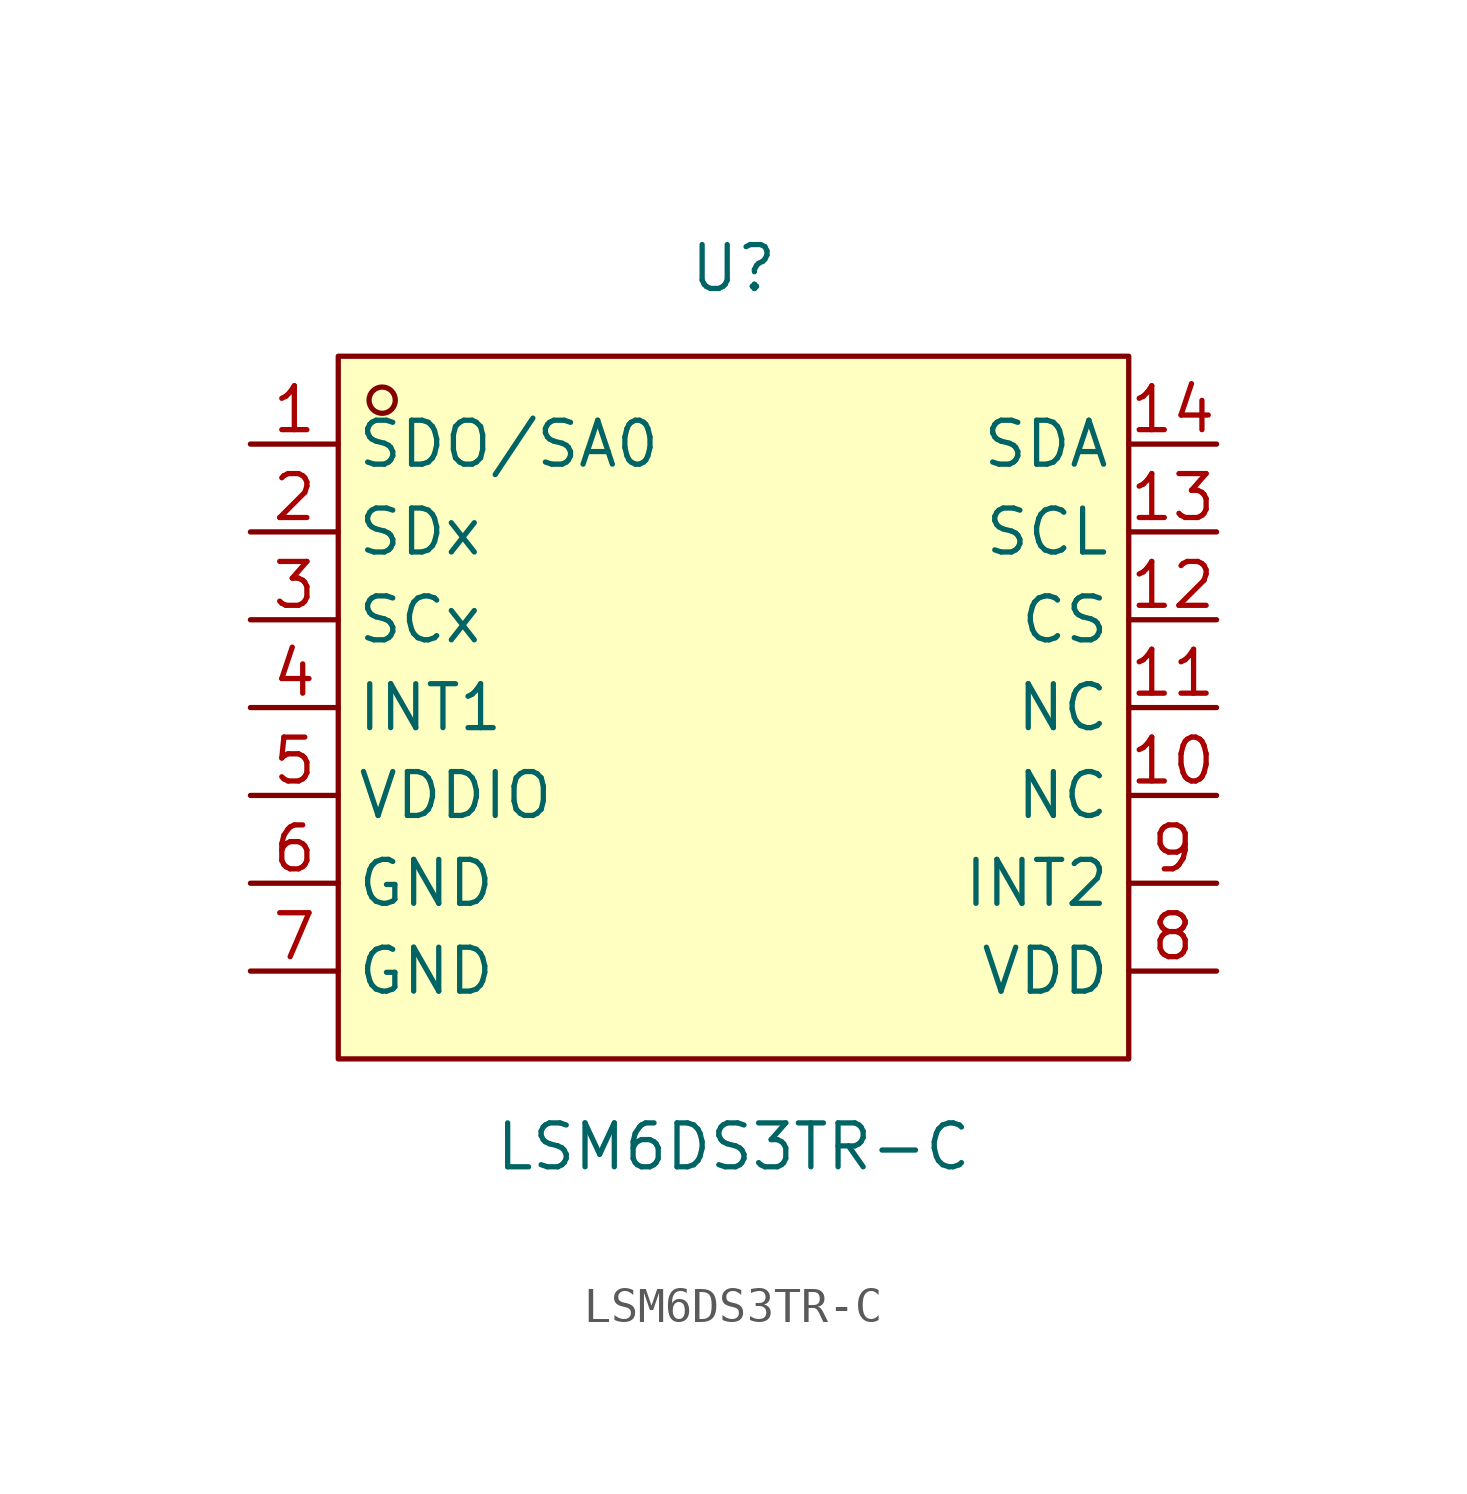
<source format=kicad_sym>
(kicad_symbol_lib
  (version 20241209)
  (generator "kicad_symbol_editor")
  (generator_version "9.0")
  (symbol "LSM6DS3TR-C"
    (property "Reference" "U"
      (at 0 12.7 0)
      (effects (font (size 1.27 1.27))))
    (property "Value" "LSM6DS3TR-C"
      (at 0 -12.7 0)
      (effects (font (size 1.27 1.27))))
    (symbol "LSM6DS3TR-C_0_1"
      (rectangle (start -11.43 10.16) (end 11.43 -10.16) (stroke (width 0) (type default)) (fill (type background)))
      (circle (center -10.16 8.89) (radius 0.38) (stroke (width 0) (type default)) (fill (type none)))
      (pin unspecified line (at -13.97 7.62 0) (length 2.54) (name "SDO/SA0" (effects (font (size 1.27 1.27)))) (number "1" (effects (font (size 1.27 1.27)))))
      (pin unspecified line (at -13.97 5.08 0) (length 2.54) (name "SDx" (effects (font (size 1.27 1.27)))) (number "2" (effects (font (size 1.27 1.27)))))
      (pin unspecified line (at -13.97 2.54 0) (length 2.54) (name "SCx" (effects (font (size 1.27 1.27)))) (number "3" (effects (font (size 1.27 1.27)))))
      (pin unspecified line (at -13.97 0 0) (length 2.54) (name "INT1" (effects (font (size 1.27 1.27)))) (number "4" (effects (font (size 1.27 1.27)))))
      (pin unspecified line (at -13.97 -2.54 0) (length 2.54) (name "VDDIO" (effects (font (size 1.27 1.27)))) (number "5" (effects (font (size 1.27 1.27)))))
      (pin unspecified line (at -13.97 -5.08 0) (length 2.54) (name "GND" (effects (font (size 1.27 1.27)))) (number "6" (effects (font (size 1.27 1.27)))))
      (pin unspecified line (at -13.97 -7.62 0) (length 2.54) (name "GND" (effects (font (size 1.27 1.27)))) (number "7" (effects (font (size 1.27 1.27)))))
      (pin unspecified line (at 13.97 7.62 180) (length 2.54) (name "SDA" (effects (font (size 1.27 1.27)))) (number "14" (effects (font (size 1.27 1.27)))))
      (pin unspecified line (at 13.97 5.08 180) (length 2.54) (name "SCL" (effects (font (size 1.27 1.27)))) (number "13" (effects (font (size 1.27 1.27)))))
      (pin unspecified line (at 13.97 2.54 180) (length 2.54) (name "CS" (effects (font (size 1.27 1.27)))) (number "12" (effects (font (size 1.27 1.27)))))
      (pin unspecified line (at 13.97 0 180) (length 2.54) (name "NC" (effects (font (size 1.27 1.27)))) (number "11" (effects (font (size 1.27 1.27)))))
      (pin unspecified line (at 13.97 -2.54 180) (length 2.54) (name "NC" (effects (font (size 1.27 1.27)))) (number "10" (effects (font (size 1.27 1.27)))))
      (pin unspecified line (at 13.97 -5.08 180) (length 2.54) (name "INT2" (effects (font (size 1.27 1.27)))) (number "9" (effects (font (size 1.27 1.27)))))
      (pin unspecified line (at 13.97 -7.62 180) (length 2.54) (name "VDD" (effects (font (size 1.27 1.27)))) (number "8" (effects (font (size 1.27 1.27))))))))
</source>
